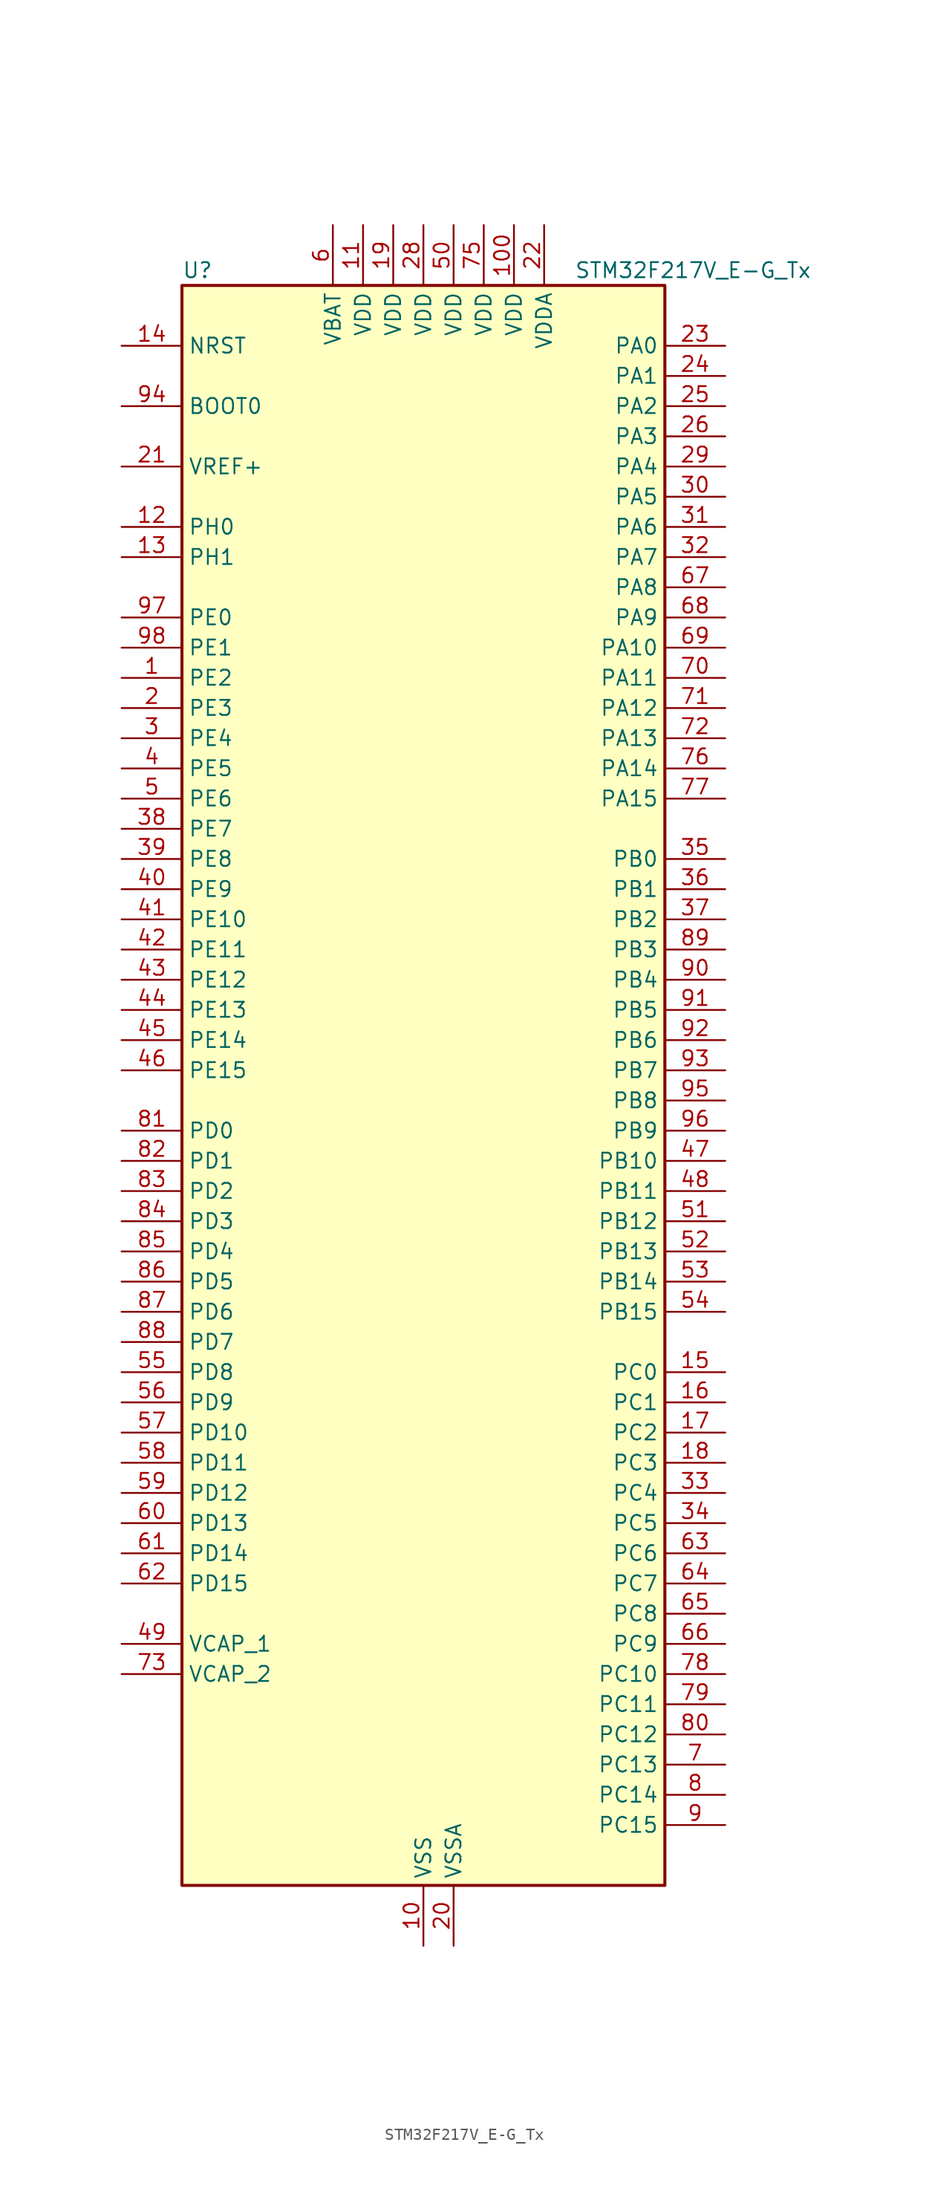
<source format=kicad_sym>
(kicad_symbol_lib
  (version 20241209)
  (generator "kicad_symbol_editor")
  (generator_version "9.0")
  (symbol "STM32F217V_E-G_Tx"
    (property "Reference" "U"
      (at -20.32 69.85 0)
      (effects (font (size 1.27 1.27)) (justify left)))
    (property "Value" "STM32F217V_E-G_Tx"
      (at 12.7 69.85 0)
      (effects (font (size 1.27 1.27)) (justify left)))
    (symbol "STM32F217V_E-G_Tx_0_1"
      (rectangle (start -20.32 -66.04) (end 20.32 68.58) (stroke (width 0.254) (type default)) (fill (type background))))
    (symbol "STM32F217V_E-G_Tx_1_1"
      (pin input line (at -25.4 63.5 0) (length 5.08) (name "NRST" (effects (font (size 1.27 1.27)))) (number "14" (effects (font (size 1.27 1.27)))))
      (pin input line (at -25.4 58.42 0) (length 5.08) (name "BOOT0" (effects (font (size 1.27 1.27)))) (number "94" (effects (font (size 1.27 1.27)))))
      (pin input line (at -25.4 53.34 0) (length 5.08) (name "VREF+" (effects (font (size 1.27 1.27)))) (number "21" (effects (font (size 1.27 1.27)))))
      (pin bidirectional line (at -25.4 48.26 0) (length 5.08) (name "PH0" (effects (font (size 1.27 1.27)))) (number "12" (effects (font (size 1.27 1.27)))) (alternate "RCC_OSC_IN" bidirectional line))
      (pin bidirectional line (at -25.4 45.72 0) (length 5.08) (name "PH1" (effects (font (size 1.27 1.27)))) (number "13" (effects (font (size 1.27 1.27)))) (alternate "RCC_OSC_OUT" bidirectional line))
      (pin bidirectional line (at -25.4 40.64 0) (length 5.08) (name "PE0" (effects (font (size 1.27 1.27)))) (number "97" (effects (font (size 1.27 1.27)))) (alternate "DCMI_D2" bidirectional line) (alternate "FSMC_NBL0" bidirectional line) (alternate "TIM4_ETR" bidirectional line))
      (pin bidirectional line (at -25.4 38.1 0) (length 5.08) (name "PE1" (effects (font (size 1.27 1.27)))) (number "98" (effects (font (size 1.27 1.27)))) (alternate "DCMI_D3" bidirectional line) (alternate "FSMC_NBL1" bidirectional line))
      (pin bidirectional line (at -25.4 35.56 0) (length 5.08) (name "PE2" (effects (font (size 1.27 1.27)))) (number "1" (effects (font (size 1.27 1.27)))) (alternate "ETH_TXD3" bidirectional line) (alternate "FSMC_A23" bidirectional line) (alternate "SYS_TRACECLK" bidirectional line))
      (pin bidirectional line (at -25.4 33.02 0) (length 5.08) (name "PE3" (effects (font (size 1.27 1.27)))) (number "2" (effects (font (size 1.27 1.27)))) (alternate "FSMC_A19" bidirectional line) (alternate "SYS_TRACED0" bidirectional line))
      (pin bidirectional line (at -25.4 30.48 0) (length 5.08) (name "PE4" (effects (font (size 1.27 1.27)))) (number "3" (effects (font (size 1.27 1.27)))) (alternate "DCMI_D4" bidirectional line) (alternate "FSMC_A20" bidirectional line) (alternate "SYS_TRACED1" bidirectional line))
      (pin bidirectional line (at -25.4 27.94 0) (length 5.08) (name "PE5" (effects (font (size 1.27 1.27)))) (number "4" (effects (font (size 1.27 1.27)))) (alternate "DCMI_D6" bidirectional line) (alternate "FSMC_A21" bidirectional line) (alternate "SYS_TRACED2" bidirectional line) (alternate "TIM9_CH1" bidirectional line))
      (pin bidirectional line (at -25.4 25.4 0) (length 5.08) (name "PE6" (effects (font (size 1.27 1.27)))) (number "5" (effects (font (size 1.27 1.27)))) (alternate "DCMI_D7" bidirectional line) (alternate "FSMC_A22" bidirectional line) (alternate "SYS_TRACED3" bidirectional line) (alternate "TIM9_CH2" bidirectional line))
      (pin bidirectional line (at -25.4 22.86 0) (length 5.08) (name "PE7" (effects (font (size 1.27 1.27)))) (number "38" (effects (font (size 1.27 1.27)))) (alternate "FSMC_D4" bidirectional line) (alternate "FSMC_DA4" bidirectional line) (alternate "TIM1_ETR" bidirectional line))
      (pin bidirectional line (at -25.4 20.32 0) (length 5.08) (name "PE8" (effects (font (size 1.27 1.27)))) (number "39" (effects (font (size 1.27 1.27)))) (alternate "FSMC_D5" bidirectional line) (alternate "FSMC_DA5" bidirectional line) (alternate "TIM1_CH1N" bidirectional line))
      (pin bidirectional line (at -25.4 17.78 0) (length 5.08) (name "PE9" (effects (font (size 1.27 1.27)))) (number "40" (effects (font (size 1.27 1.27)))) (alternate "DAC_EXTI9" bidirectional line) (alternate "FSMC_D6" bidirectional line) (alternate "FSMC_DA6" bidirectional line) (alternate "TIM1_CH1" bidirectional line))
      (pin bidirectional line (at -25.4 15.24 0) (length 5.08) (name "PE10" (effects (font (size 1.27 1.27)))) (number "41" (effects (font (size 1.27 1.27)))) (alternate "FSMC_D7" bidirectional line) (alternate "FSMC_DA7" bidirectional line) (alternate "TIM1_CH2N" bidirectional line))
      (pin bidirectional line (at -25.4 12.7 0) (length 5.08) (name "PE11" (effects (font (size 1.27 1.27)))) (number "42" (effects (font (size 1.27 1.27)))) (alternate "ADC1_EXTI11" bidirectional line) (alternate "ADC2_EXTI11" bidirectional line) (alternate "ADC3_EXTI11" bidirectional line) (alternate "FSMC_D8" bidirectional line) (alternate "FSMC_DA8" bidirectional line) (alternate "TIM1_CH2" bidirectional line))
      (pin bidirectional line (at -25.4 10.16 0) (length 5.08) (name "PE12" (effects (font (size 1.27 1.27)))) (number "43" (effects (font (size 1.27 1.27)))) (alternate "FSMC_D9" bidirectional line) (alternate "FSMC_DA9" bidirectional line) (alternate "TIM1_CH3N" bidirectional line))
      (pin bidirectional line (at -25.4 7.62 0) (length 5.08) (name "PE13" (effects (font (size 1.27 1.27)))) (number "44" (effects (font (size 1.27 1.27)))) (alternate "FSMC_D10" bidirectional line) (alternate "FSMC_DA10" bidirectional line) (alternate "TIM1_CH3" bidirectional line))
      (pin bidirectional line (at -25.4 5.08 0) (length 5.08) (name "PE14" (effects (font (size 1.27 1.27)))) (number "45" (effects (font (size 1.27 1.27)))) (alternate "FSMC_D11" bidirectional line) (alternate "FSMC_DA11" bidirectional line) (alternate "TIM1_CH4" bidirectional line))
      (pin bidirectional line (at -25.4 2.54 0) (length 5.08) (name "PE15" (effects (font (size 1.27 1.27)))) (number "46" (effects (font (size 1.27 1.27)))) (alternate "ADC1_EXTI15" bidirectional line) (alternate "ADC2_EXTI15" bidirectional line) (alternate "ADC3_EXTI15" bidirectional line) (alternate "FSMC_D12" bidirectional line) (alternate "FSMC_DA12" bidirectional line) (alternate "TIM1_BKIN" bidirectional line))
      (pin bidirectional line (at -25.4 -2.54 0) (length 5.08) (name "PD0" (effects (font (size 1.27 1.27)))) (number "81" (effects (font (size 1.27 1.27)))) (alternate "CAN1_RX" bidirectional line) (alternate "FSMC_D2" bidirectional line) (alternate "FSMC_DA2" bidirectional line))
      (pin bidirectional line (at -25.4 -5.08 0) (length 5.08) (name "PD1" (effects (font (size 1.27 1.27)))) (number "82" (effects (font (size 1.27 1.27)))) (alternate "CAN1_TX" bidirectional line) (alternate "FSMC_D3" bidirectional line) (alternate "FSMC_DA3" bidirectional line))
      (pin bidirectional line (at -25.4 -7.62 0) (length 5.08) (name "PD2" (effects (font (size 1.27 1.27)))) (number "83" (effects (font (size 1.27 1.27)))) (alternate "DCMI_D11" bidirectional line) (alternate "SDIO_CMD" bidirectional line) (alternate "TIM3_ETR" bidirectional line) (alternate "UART5_RX" bidirectional line))
      (pin bidirectional line (at -25.4 -10.16 0) (length 5.08) (name "PD3" (effects (font (size 1.27 1.27)))) (number "84" (effects (font (size 1.27 1.27)))) (alternate "FSMC_CLK" bidirectional line) (alternate "USART2_CTS" bidirectional line))
      (pin bidirectional line (at -25.4 -12.7 0) (length 5.08) (name "PD4" (effects (font (size 1.27 1.27)))) (number "85" (effects (font (size 1.27 1.27)))) (alternate "FSMC_NOE" bidirectional line) (alternate "USART2_RTS" bidirectional line))
      (pin bidirectional line (at -25.4 -15.24 0) (length 5.08) (name "PD5" (effects (font (size 1.27 1.27)))) (number "86" (effects (font (size 1.27 1.27)))) (alternate "FSMC_NWE" bidirectional line) (alternate "USART2_TX" bidirectional line))
      (pin bidirectional line (at -25.4 -17.78 0) (length 5.08) (name "PD6" (effects (font (size 1.27 1.27)))) (number "87" (effects (font (size 1.27 1.27)))) (alternate "FSMC_NWAIT" bidirectional line) (alternate "USART2_RX" bidirectional line))
      (pin bidirectional line (at -25.4 -20.32 0) (length 5.08) (name "PD7" (effects (font (size 1.27 1.27)))) (number "88" (effects (font (size 1.27 1.27)))) (alternate "FSMC_NCE2" bidirectional line) (alternate "FSMC_NE1" bidirectional line) (alternate "USART2_CK" bidirectional line))
      (pin bidirectional line (at -25.4 -22.86 0) (length 5.08) (name "PD8" (effects (font (size 1.27 1.27)))) (number "55" (effects (font (size 1.27 1.27)))) (alternate "FSMC_D13" bidirectional line) (alternate "FSMC_DA13" bidirectional line) (alternate "USART3_TX" bidirectional line))
      (pin bidirectional line (at -25.4 -25.4 0) (length 5.08) (name "PD9" (effects (font (size 1.27 1.27)))) (number "56" (effects (font (size 1.27 1.27)))) (alternate "DAC_EXTI9" bidirectional line) (alternate "FSMC_D14" bidirectional line) (alternate "FSMC_DA14" bidirectional line) (alternate "USART3_RX" bidirectional line))
      (pin bidirectional line (at -25.4 -27.94 0) (length 5.08) (name "PD10" (effects (font (size 1.27 1.27)))) (number "57" (effects (font (size 1.27 1.27)))) (alternate "FSMC_D15" bidirectional line) (alternate "FSMC_DA15" bidirectional line) (alternate "USART3_CK" bidirectional line))
      (pin bidirectional line (at -25.4 -30.48 0) (length 5.08) (name "PD11" (effects (font (size 1.27 1.27)))) (number "58" (effects (font (size 1.27 1.27)))) (alternate "ADC1_EXTI11" bidirectional line) (alternate "ADC2_EXTI11" bidirectional line) (alternate "ADC3_EXTI11" bidirectional line) (alternate "FSMC_A16" bidirectional line) (alternate "FSMC_CLE" bidirectional line) (alternate "USART3_CTS" bidirectional line))
      (pin bidirectional line (at -25.4 -33.02 0) (length 5.08) (name "PD12" (effects (font (size 1.27 1.27)))) (number "59" (effects (font (size 1.27 1.27)))) (alternate "FSMC_A17" bidirectional line) (alternate "FSMC_ALE" bidirectional line) (alternate "TIM4_CH1" bidirectional line) (alternate "USART3_RTS" bidirectional line))
      (pin bidirectional line (at -25.4 -35.56 0) (length 5.08) (name "PD13" (effects (font (size 1.27 1.27)))) (number "60" (effects (font (size 1.27 1.27)))) (alternate "FSMC_A18" bidirectional line) (alternate "TIM4_CH2" bidirectional line))
      (pin bidirectional line (at -25.4 -38.1 0) (length 5.08) (name "PD14" (effects (font (size 1.27 1.27)))) (number "61" (effects (font (size 1.27 1.27)))) (alternate "FSMC_D0" bidirectional line) (alternate "FSMC_DA0" bidirectional line) (alternate "TIM4_CH3" bidirectional line))
      (pin bidirectional line (at -25.4 -40.64 0) (length 5.08) (name "PD15" (effects (font (size 1.27 1.27)))) (number "62" (effects (font (size 1.27 1.27)))) (alternate "ADC1_EXTI15" bidirectional line) (alternate "ADC2_EXTI15" bidirectional line) (alternate "ADC3_EXTI15" bidirectional line) (alternate "FSMC_D1" bidirectional line) (alternate "FSMC_DA1" bidirectional line) (alternate "TIM4_CH4" bidirectional line))
      (pin power_out line (at -25.4 -45.72 0) (length 5.08) (name "VCAP_1" (effects (font (size 1.27 1.27)))) (number "49" (effects (font (size 1.27 1.27)))))
      (pin power_out line (at -25.4 -48.26 0) (length 5.08) (name "VCAP_2" (effects (font (size 1.27 1.27)))) (number "73" (effects (font (size 1.27 1.27)))))
      (pin no_connect line (at -20.32 -66.04 0) (length 5.08) (hide yes) (name "RFU" (effects (font (size 1.27 1.27)))) (number "99" (effects (font (size 1.27 1.27)))))
      (pin power_in line (at -7.62 73.66 270) (length 5.08) (name "VBAT" (effects (font (size 1.27 1.27)))) (number "6" (effects (font (size 1.27 1.27)))))
      (pin power_in line (at -5.08 73.66 270) (length 5.08) (name "VDD" (effects (font (size 1.27 1.27)))) (number "11" (effects (font (size 1.27 1.27)))))
      (pin power_in line (at -2.54 73.66 270) (length 5.08) (name "VDD" (effects (font (size 1.27 1.27)))) (number "19" (effects (font (size 1.27 1.27)))))
      (pin power_in line (at 0 73.66 270) (length 5.08) (name "VDD" (effects (font (size 1.27 1.27)))) (number "28" (effects (font (size 1.27 1.27)))))
      (pin power_in line (at 0 -71.12 90) (length 5.08) (name "VSS" (effects (font (size 1.27 1.27)))) (number "10" (effects (font (size 1.27 1.27)))))
      (pin passive line (at 0 -71.12 90) (length 5.08) (hide yes) (name "VSS" (effects (font (size 1.27 1.27)))) (number "27" (effects (font (size 1.27 1.27)))))
      (pin passive line (at 0 -71.12 90) (length 5.08) (hide yes) (name "VSS" (effects (font (size 1.27 1.27)))) (number "74" (effects (font (size 1.27 1.27)))))
      (pin power_in line (at 2.54 73.66 270) (length 5.08) (name "VDD" (effects (font (size 1.27 1.27)))) (number "50" (effects (font (size 1.27 1.27)))))
      (pin power_in line (at 2.54 -71.12 90) (length 5.08) (name "VSSA" (effects (font (size 1.27 1.27)))) (number "20" (effects (font (size 1.27 1.27)))))
      (pin power_in line (at 5.08 73.66 270) (length 5.08) (name "VDD" (effects (font (size 1.27 1.27)))) (number "75" (effects (font (size 1.27 1.27)))))
      (pin power_in line (at 7.62 73.66 270) (length 5.08) (name "VDD" (effects (font (size 1.27 1.27)))) (number "100" (effects (font (size 1.27 1.27)))))
      (pin power_in line (at 10.16 73.66 270) (length 5.08) (name "VDDA" (effects (font (size 1.27 1.27)))) (number "22" (effects (font (size 1.27 1.27)))))
      (pin bidirectional line (at 25.4 63.5 180) (length 5.08) (name "PA0" (effects (font (size 1.27 1.27)))) (number "23" (effects (font (size 1.27 1.27)))) (alternate "ADC1_IN0" bidirectional line) (alternate "ADC2_IN0" bidirectional line) (alternate "ADC3_IN0" bidirectional line) (alternate "ETH_CRS" bidirectional line) (alternate "SYS_WKUP" bidirectional line) (alternate "TIM2_CH1" bidirectional line) (alternate "TIM2_ETR" bidirectional line) (alternate "TIM5_CH1" bidirectional line) (alternate "TIM8_ETR" bidirectional line) (alternate "UART4_TX" bidirectional line) (alternate "USART2_CTS" bidirectional line))
      (pin bidirectional line (at 25.4 60.96 180) (length 5.08) (name "PA1" (effects (font (size 1.27 1.27)))) (number "24" (effects (font (size 1.27 1.27)))) (alternate "ADC1_IN1" bidirectional line) (alternate "ADC2_IN1" bidirectional line) (alternate "ADC3_IN1" bidirectional line) (alternate "ETH_REF_CLK" bidirectional line) (alternate "ETH_RX_CLK" bidirectional line) (alternate "TIM2_CH2" bidirectional line) (alternate "TIM5_CH2" bidirectional line) (alternate "UART4_RX" bidirectional line) (alternate "USART2_RTS" bidirectional line))
      (pin bidirectional line (at 25.4 58.42 180) (length 5.08) (name "PA2" (effects (font (size 1.27 1.27)))) (number "25" (effects (font (size 1.27 1.27)))) (alternate "ADC1_IN2" bidirectional line) (alternate "ADC2_IN2" bidirectional line) (alternate "ADC3_IN2" bidirectional line) (alternate "ETH_MDIO" bidirectional line) (alternate "TIM2_CH3" bidirectional line) (alternate "TIM5_CH3" bidirectional line) (alternate "TIM9_CH1" bidirectional line) (alternate "USART2_TX" bidirectional line))
      (pin bidirectional line (at 25.4 55.88 180) (length 5.08) (name "PA3" (effects (font (size 1.27 1.27)))) (number "26" (effects (font (size 1.27 1.27)))) (alternate "ADC1_IN3" bidirectional line) (alternate "ADC2_IN3" bidirectional line) (alternate "ADC3_IN3" bidirectional line) (alternate "ETH_COL" bidirectional line) (alternate "TIM2_CH4" bidirectional line) (alternate "TIM5_CH4" bidirectional line) (alternate "TIM9_CH2" bidirectional line) (alternate "USART2_RX" bidirectional line) (alternate "USB_OTG_HS_ULPI_D0" bidirectional line))
      (pin bidirectional line (at 25.4 53.34 180) (length 5.08) (name "PA4" (effects (font (size 1.27 1.27)))) (number "29" (effects (font (size 1.27 1.27)))) (alternate "ADC1_IN4" bidirectional line) (alternate "ADC2_IN4" bidirectional line) (alternate "DAC_OUT1" bidirectional line) (alternate "DCMI_HSYNC" bidirectional line) (alternate "I2S3_WS" bidirectional line) (alternate "SPI1_NSS" bidirectional line) (alternate "SPI3_NSS" bidirectional line) (alternate "USART2_CK" bidirectional line) (alternate "USB_OTG_HS_SOF" bidirectional line))
      (pin bidirectional line (at 25.4 50.8 180) (length 5.08) (name "PA5" (effects (font (size 1.27 1.27)))) (number "30" (effects (font (size 1.27 1.27)))) (alternate "ADC1_IN5" bidirectional line) (alternate "ADC2_IN5" bidirectional line) (alternate "DAC_OUT2" bidirectional line) (alternate "SPI1_SCK" bidirectional line) (alternate "TIM2_CH1" bidirectional line) (alternate "TIM2_ETR" bidirectional line) (alternate "TIM8_CH1N" bidirectional line) (alternate "USB_OTG_HS_ULPI_CK" bidirectional line))
      (pin bidirectional line (at 25.4 48.26 180) (length 5.08) (name "PA6" (effects (font (size 1.27 1.27)))) (number "31" (effects (font (size 1.27 1.27)))) (alternate "ADC1_IN6" bidirectional line) (alternate "ADC2_IN6" bidirectional line) (alternate "DCMI_PIXCLK" bidirectional line) (alternate "SPI1_MISO" bidirectional line) (alternate "TIM13_CH1" bidirectional line) (alternate "TIM1_BKIN" bidirectional line) (alternate "TIM3_CH1" bidirectional line) (alternate "TIM8_BKIN" bidirectional line))
      (pin bidirectional line (at 25.4 45.72 180) (length 5.08) (name "PA7" (effects (font (size 1.27 1.27)))) (number "32" (effects (font (size 1.27 1.27)))) (alternate "ADC1_IN7" bidirectional line) (alternate "ADC2_IN7" bidirectional line) (alternate "ETH_CRS_DV" bidirectional line) (alternate "ETH_RX_DV" bidirectional line) (alternate "SPI1_MOSI" bidirectional line) (alternate "TIM14_CH1" bidirectional line) (alternate "TIM1_CH1N" bidirectional line) (alternate "TIM3_CH2" bidirectional line) (alternate "TIM8_CH1N" bidirectional line))
      (pin bidirectional line (at 25.4 43.18 180) (length 5.08) (name "PA8" (effects (font (size 1.27 1.27)))) (number "67" (effects (font (size 1.27 1.27)))) (alternate "I2C3_SCL" bidirectional line) (alternate "RCC_MCO_1" bidirectional line) (alternate "TIM1_CH1" bidirectional line) (alternate "USART1_CK" bidirectional line) (alternate "USB_OTG_FS_SOF" bidirectional line))
      (pin bidirectional line (at 25.4 40.64 180) (length 5.08) (name "PA9" (effects (font (size 1.27 1.27)))) (number "68" (effects (font (size 1.27 1.27)))) (alternate "DAC_EXTI9" bidirectional line) (alternate "DCMI_D0" bidirectional line) (alternate "I2C3_SMBA" bidirectional line) (alternate "TIM1_CH2" bidirectional line) (alternate "USART1_TX" bidirectional line) (alternate "USB_OTG_FS_VBUS" bidirectional line))
      (pin bidirectional line (at 25.4 38.1 180) (length 5.08) (name "PA10" (effects (font (size 1.27 1.27)))) (number "69" (effects (font (size 1.27 1.27)))) (alternate "DCMI_D1" bidirectional line) (alternate "TIM1_CH3" bidirectional line) (alternate "USART1_RX" bidirectional line) (alternate "USB_OTG_FS_ID" bidirectional line))
      (pin bidirectional line (at 25.4 35.56 180) (length 5.08) (name "PA11" (effects (font (size 1.27 1.27)))) (number "70" (effects (font (size 1.27 1.27)))) (alternate "ADC1_EXTI11" bidirectional line) (alternate "ADC2_EXTI11" bidirectional line) (alternate "ADC3_EXTI11" bidirectional line) (alternate "CAN1_RX" bidirectional line) (alternate "TIM1_CH4" bidirectional line) (alternate "USART1_CTS" bidirectional line) (alternate "USB_OTG_FS_DM" bidirectional line))
      (pin bidirectional line (at 25.4 33.02 180) (length 5.08) (name "PA12" (effects (font (size 1.27 1.27)))) (number "71" (effects (font (size 1.27 1.27)))) (alternate "CAN1_TX" bidirectional line) (alternate "TIM1_ETR" bidirectional line) (alternate "USART1_RTS" bidirectional line) (alternate "USB_OTG_FS_DP" bidirectional line))
      (pin bidirectional line (at 25.4 30.48 180) (length 5.08) (name "PA13" (effects (font (size 1.27 1.27)))) (number "72" (effects (font (size 1.27 1.27)))) (alternate "SYS_JTMS-SWDIO" bidirectional line))
      (pin bidirectional line (at 25.4 27.94 180) (length 5.08) (name "PA14" (effects (font (size 1.27 1.27)))) (number "76" (effects (font (size 1.27 1.27)))) (alternate "SYS_JTCK-SWCLK" bidirectional line))
      (pin bidirectional line (at 25.4 25.4 180) (length 5.08) (name "PA15" (effects (font (size 1.27 1.27)))) (number "77" (effects (font (size 1.27 1.27)))) (alternate "ADC1_EXTI15" bidirectional line) (alternate "ADC2_EXTI15" bidirectional line) (alternate "ADC3_EXTI15" bidirectional line) (alternate "I2S3_WS" bidirectional line) (alternate "SPI1_NSS" bidirectional line) (alternate "SPI3_NSS" bidirectional line) (alternate "SYS_JTDI" bidirectional line) (alternate "TIM2_CH1" bidirectional line) (alternate "TIM2_ETR" bidirectional line))
      (pin bidirectional line (at 25.4 20.32 180) (length 5.08) (name "PB0" (effects (font (size 1.27 1.27)))) (number "35" (effects (font (size 1.27 1.27)))) (alternate "ADC1_IN8" bidirectional line) (alternate "ADC2_IN8" bidirectional line) (alternate "ETH_RXD2" bidirectional line) (alternate "TIM1_CH2N" bidirectional line) (alternate "TIM3_CH3" bidirectional line) (alternate "TIM8_CH2N" bidirectional line) (alternate "USB_OTG_HS_ULPI_D1" bidirectional line))
      (pin bidirectional line (at 25.4 17.78 180) (length 5.08) (name "PB1" (effects (font (size 1.27 1.27)))) (number "36" (effects (font (size 1.27 1.27)))) (alternate "ADC1_IN9" bidirectional line) (alternate "ADC2_IN9" bidirectional line) (alternate "ETH_RXD3" bidirectional line) (alternate "TIM1_CH3N" bidirectional line) (alternate "TIM3_CH4" bidirectional line) (alternate "TIM8_CH3N" bidirectional line) (alternate "USB_OTG_HS_ULPI_D2" bidirectional line))
      (pin bidirectional line (at 25.4 15.24 180) (length 5.08) (name "PB2" (effects (font (size 1.27 1.27)))) (number "37" (effects (font (size 1.27 1.27)))))
      (pin bidirectional line (at 25.4 12.7 180) (length 5.08) (name "PB3" (effects (font (size 1.27 1.27)))) (number "89" (effects (font (size 1.27 1.27)))) (alternate "I2S3_SCK" bidirectional line) (alternate "SPI1_SCK" bidirectional line) (alternate "SPI3_SCK" bidirectional line) (alternate "SYS_JTDO-SWO" bidirectional line) (alternate "TIM2_CH2" bidirectional line))
      (pin bidirectional line (at 25.4 10.16 180) (length 5.08) (name "PB4" (effects (font (size 1.27 1.27)))) (number "90" (effects (font (size 1.27 1.27)))) (alternate "SPI1_MISO" bidirectional line) (alternate "SPI3_MISO" bidirectional line) (alternate "SYS_JTRST" bidirectional line) (alternate "TIM3_CH1" bidirectional line))
      (pin bidirectional line (at 25.4 7.62 180) (length 5.08) (name "PB5" (effects (font (size 1.27 1.27)))) (number "91" (effects (font (size 1.27 1.27)))) (alternate "CAN2_RX" bidirectional line) (alternate "DCMI_D10" bidirectional line) (alternate "ETH_PPS_OUT" bidirectional line) (alternate "I2C1_SMBA" bidirectional line) (alternate "I2S3_SD" bidirectional line) (alternate "SPI1_MOSI" bidirectional line) (alternate "SPI3_MOSI" bidirectional line) (alternate "TIM3_CH2" bidirectional line) (alternate "USB_OTG_HS_ULPI_D7" bidirectional line))
      (pin bidirectional line (at 25.4 5.08 180) (length 5.08) (name "PB6" (effects (font (size 1.27 1.27)))) (number "92" (effects (font (size 1.27 1.27)))) (alternate "CAN2_TX" bidirectional line) (alternate "DCMI_D5" bidirectional line) (alternate "I2C1_SCL" bidirectional line) (alternate "TIM4_CH1" bidirectional line) (alternate "USART1_TX" bidirectional line))
      (pin bidirectional line (at 25.4 2.54 180) (length 5.08) (name "PB7" (effects (font (size 1.27 1.27)))) (number "93" (effects (font (size 1.27 1.27)))) (alternate "DCMI_VSYNC" bidirectional line) (alternate "FSMC_NL" bidirectional line) (alternate "I2C1_SDA" bidirectional line) (alternate "TIM4_CH2" bidirectional line) (alternate "USART1_RX" bidirectional line))
      (pin bidirectional line (at 25.4 0 180) (length 5.08) (name "PB8" (effects (font (size 1.27 1.27)))) (number "95" (effects (font (size 1.27 1.27)))) (alternate "CAN1_RX" bidirectional line) (alternate "DCMI_D6" bidirectional line) (alternate "ETH_TXD3" bidirectional line) (alternate "I2C1_SCL" bidirectional line) (alternate "SDIO_D4" bidirectional line) (alternate "TIM10_CH1" bidirectional line) (alternate "TIM4_CH3" bidirectional line))
      (pin bidirectional line (at 25.4 -2.54 180) (length 5.08) (name "PB9" (effects (font (size 1.27 1.27)))) (number "96" (effects (font (size 1.27 1.27)))) (alternate "CAN1_TX" bidirectional line) (alternate "DAC_EXTI9" bidirectional line) (alternate "DCMI_D7" bidirectional line) (alternate "I2C1_SDA" bidirectional line) (alternate "I2S2_WS" bidirectional line) (alternate "SDIO_D5" bidirectional line) (alternate "SPI2_NSS" bidirectional line) (alternate "TIM11_CH1" bidirectional line) (alternate "TIM4_CH4" bidirectional line))
      (pin bidirectional line (at 25.4 -5.08 180) (length 5.08) (name "PB10" (effects (font (size 1.27 1.27)))) (number "47" (effects (font (size 1.27 1.27)))) (alternate "ETH_RX_ER" bidirectional line) (alternate "I2C2_SCL" bidirectional line) (alternate "I2S2_SCK" bidirectional line) (alternate "SPI2_SCK" bidirectional line) (alternate "TIM2_CH3" bidirectional line) (alternate "USART3_TX" bidirectional line) (alternate "USB_OTG_HS_ULPI_D3" bidirectional line))
      (pin bidirectional line (at 25.4 -7.62 180) (length 5.08) (name "PB11" (effects (font (size 1.27 1.27)))) (number "48" (effects (font (size 1.27 1.27)))) (alternate "ADC1_EXTI11" bidirectional line) (alternate "ADC2_EXTI11" bidirectional line) (alternate "ADC3_EXTI11" bidirectional line) (alternate "ETH_TX_EN" bidirectional line) (alternate "I2C2_SDA" bidirectional line) (alternate "TIM2_CH4" bidirectional line) (alternate "USART3_RX" bidirectional line) (alternate "USB_OTG_HS_ULPI_D4" bidirectional line))
      (pin bidirectional line (at 25.4 -10.16 180) (length 5.08) (name "PB12" (effects (font (size 1.27 1.27)))) (number "51" (effects (font (size 1.27 1.27)))) (alternate "CAN2_RX" bidirectional line) (alternate "ETH_TXD0" bidirectional line) (alternate "I2C2_SMBA" bidirectional line) (alternate "I2S2_WS" bidirectional line) (alternate "SPI2_NSS" bidirectional line) (alternate "TIM1_BKIN" bidirectional line) (alternate "USART3_CK" bidirectional line) (alternate "USB_OTG_HS_ID" bidirectional line) (alternate "USB_OTG_HS_ULPI_D5" bidirectional line))
      (pin bidirectional line (at 25.4 -12.7 180) (length 5.08) (name "PB13" (effects (font (size 1.27 1.27)))) (number "52" (effects (font (size 1.27 1.27)))) (alternate "CAN2_TX" bidirectional line) (alternate "ETH_TXD1" bidirectional line) (alternate "I2S2_SCK" bidirectional line) (alternate "SPI2_SCK" bidirectional line) (alternate "TIM1_CH1N" bidirectional line) (alternate "USART3_CTS" bidirectional line) (alternate "USB_OTG_HS_ULPI_D6" bidirectional line) (alternate "USB_OTG_HS_VBUS" bidirectional line))
      (pin bidirectional line (at 25.4 -15.24 180) (length 5.08) (name "PB14" (effects (font (size 1.27 1.27)))) (number "53" (effects (font (size 1.27 1.27)))) (alternate "SPI2_MISO" bidirectional line) (alternate "TIM12_CH1" bidirectional line) (alternate "TIM1_CH2N" bidirectional line) (alternate "TIM8_CH2N" bidirectional line) (alternate "USART3_RTS" bidirectional line) (alternate "USB_OTG_HS_DM" bidirectional line))
      (pin bidirectional line (at 25.4 -17.78 180) (length 5.08) (name "PB15" (effects (font (size 1.27 1.27)))) (number "54" (effects (font (size 1.27 1.27)))) (alternate "ADC1_EXTI15" bidirectional line) (alternate "ADC2_EXTI15" bidirectional line) (alternate "ADC3_EXTI15" bidirectional line) (alternate "I2S2_SD" bidirectional line) (alternate "RTC_REFIN" bidirectional line) (alternate "SPI2_MOSI" bidirectional line) (alternate "TIM12_CH2" bidirectional line) (alternate "TIM1_CH3N" bidirectional line) (alternate "TIM8_CH3N" bidirectional line) (alternate "USB_OTG_HS_DP" bidirectional line))
      (pin bidirectional line (at 25.4 -22.86 180) (length 5.08) (name "PC0" (effects (font (size 1.27 1.27)))) (number "15" (effects (font (size 1.27 1.27)))) (alternate "ADC1_IN10" bidirectional line) (alternate "ADC2_IN10" bidirectional line) (alternate "ADC3_IN10" bidirectional line) (alternate "USB_OTG_HS_ULPI_STP" bidirectional line))
      (pin bidirectional line (at 25.4 -25.4 180) (length 5.08) (name "PC1" (effects (font (size 1.27 1.27)))) (number "16" (effects (font (size 1.27 1.27)))) (alternate "ADC1_IN11" bidirectional line) (alternate "ADC2_IN11" bidirectional line) (alternate "ADC3_IN11" bidirectional line) (alternate "ETH_MDC" bidirectional line))
      (pin bidirectional line (at 25.4 -27.94 180) (length 5.08) (name "PC2" (effects (font (size 1.27 1.27)))) (number "17" (effects (font (size 1.27 1.27)))) (alternate "ADC1_IN12" bidirectional line) (alternate "ADC2_IN12" bidirectional line) (alternate "ADC3_IN12" bidirectional line) (alternate "ETH_TXD2" bidirectional line) (alternate "SPI2_MISO" bidirectional line) (alternate "USB_OTG_HS_ULPI_DIR" bidirectional line))
      (pin bidirectional line (at 25.4 -30.48 180) (length 5.08) (name "PC3" (effects (font (size 1.27 1.27)))) (number "18" (effects (font (size 1.27 1.27)))) (alternate "ADC1_IN13" bidirectional line) (alternate "ADC2_IN13" bidirectional line) (alternate "ADC3_IN13" bidirectional line) (alternate "ETH_TX_CLK" bidirectional line) (alternate "I2S2_SD" bidirectional line) (alternate "SPI2_MOSI" bidirectional line) (alternate "USB_OTG_HS_ULPI_NXT" bidirectional line))
      (pin bidirectional line (at 25.4 -33.02 180) (length 5.08) (name "PC4" (effects (font (size 1.27 1.27)))) (number "33" (effects (font (size 1.27 1.27)))) (alternate "ADC1_IN14" bidirectional line) (alternate "ADC2_IN14" bidirectional line) (alternate "ETH_RXD0" bidirectional line))
      (pin bidirectional line (at 25.4 -35.56 180) (length 5.08) (name "PC5" (effects (font (size 1.27 1.27)))) (number "34" (effects (font (size 1.27 1.27)))) (alternate "ADC1_IN15" bidirectional line) (alternate "ADC2_IN15" bidirectional line) (alternate "ETH_RXD1" bidirectional line))
      (pin bidirectional line (at 25.4 -38.1 180) (length 5.08) (name "PC6" (effects (font (size 1.27 1.27)))) (number "63" (effects (font (size 1.27 1.27)))) (alternate "DCMI_D0" bidirectional line) (alternate "I2S2_MCK" bidirectional line) (alternate "SDIO_D6" bidirectional line) (alternate "TIM3_CH1" bidirectional line) (alternate "TIM8_CH1" bidirectional line) (alternate "USART6_TX" bidirectional line))
      (pin bidirectional line (at 25.4 -40.64 180) (length 5.08) (name "PC7" (effects (font (size 1.27 1.27)))) (number "64" (effects (font (size 1.27 1.27)))) (alternate "DCMI_D1" bidirectional line) (alternate "I2S3_MCK" bidirectional line) (alternate "SDIO_D7" bidirectional line) (alternate "TIM3_CH2" bidirectional line) (alternate "TIM8_CH2" bidirectional line) (alternate "USART6_RX" bidirectional line))
      (pin bidirectional line (at 25.4 -43.18 180) (length 5.08) (name "PC8" (effects (font (size 1.27 1.27)))) (number "65" (effects (font (size 1.27 1.27)))) (alternate "DCMI_D2" bidirectional line) (alternate "SDIO_D0" bidirectional line) (alternate "TIM3_CH3" bidirectional line) (alternate "TIM8_CH3" bidirectional line) (alternate "USART6_CK" bidirectional line))
      (pin bidirectional line (at 25.4 -45.72 180) (length 5.08) (name "PC9" (effects (font (size 1.27 1.27)))) (number "66" (effects (font (size 1.27 1.27)))) (alternate "DAC_EXTI9" bidirectional line) (alternate "DCMI_D3" bidirectional line) (alternate "I2C3_SDA" bidirectional line) (alternate "I2S_CKIN" bidirectional line) (alternate "RCC_MCO_2" bidirectional line) (alternate "SDIO_D1" bidirectional line) (alternate "TIM3_CH4" bidirectional line) (alternate "TIM8_CH4" bidirectional line))
      (pin bidirectional line (at 25.4 -48.26 180) (length 5.08) (name "PC10" (effects (font (size 1.27 1.27)))) (number "78" (effects (font (size 1.27 1.27)))) (alternate "DCMI_D8" bidirectional line) (alternate "I2S3_SCK" bidirectional line) (alternate "SDIO_D2" bidirectional line) (alternate "SPI3_SCK" bidirectional line) (alternate "UART4_TX" bidirectional line) (alternate "USART3_TX" bidirectional line))
      (pin bidirectional line (at 25.4 -50.8 180) (length 5.08) (name "PC11" (effects (font (size 1.27 1.27)))) (number "79" (effects (font (size 1.27 1.27)))) (alternate "ADC1_EXTI11" bidirectional line) (alternate "ADC2_EXTI11" bidirectional line) (alternate "ADC3_EXTI11" bidirectional line) (alternate "DCMI_D4" bidirectional line) (alternate "SDIO_D3" bidirectional line) (alternate "SPI3_MISO" bidirectional line) (alternate "UART4_RX" bidirectional line) (alternate "USART3_RX" bidirectional line))
      (pin bidirectional line (at 25.4 -53.34 180) (length 5.08) (name "PC12" (effects (font (size 1.27 1.27)))) (number "80" (effects (font (size 1.27 1.27)))) (alternate "DCMI_D9" bidirectional line) (alternate "I2S3_SD" bidirectional line) (alternate "SDIO_CK" bidirectional line) (alternate "SPI3_MOSI" bidirectional line) (alternate "UART5_TX" bidirectional line) (alternate "USART3_CK" bidirectional line))
      (pin bidirectional line (at 25.4 -55.88 180) (length 5.08) (name "PC13" (effects (font (size 1.27 1.27)))) (number "7" (effects (font (size 1.27 1.27)))) (alternate "RTC_AF1" bidirectional line))
      (pin bidirectional line (at 25.4 -58.42 180) (length 5.08) (name "PC14" (effects (font (size 1.27 1.27)))) (number "8" (effects (font (size 1.27 1.27)))) (alternate "RCC_OSC32_IN" bidirectional line))
      (pin bidirectional line (at 25.4 -60.96 180) (length 5.08) (name "PC15" (effects (font (size 1.27 1.27)))) (number "9" (effects (font (size 1.27 1.27)))) (alternate "ADC1_EXTI15" bidirectional line) (alternate "ADC2_EXTI15" bidirectional line) (alternate "ADC3_EXTI15" bidirectional line) (alternate "RCC_OSC32_OUT" bidirectional line)))))
</source>
